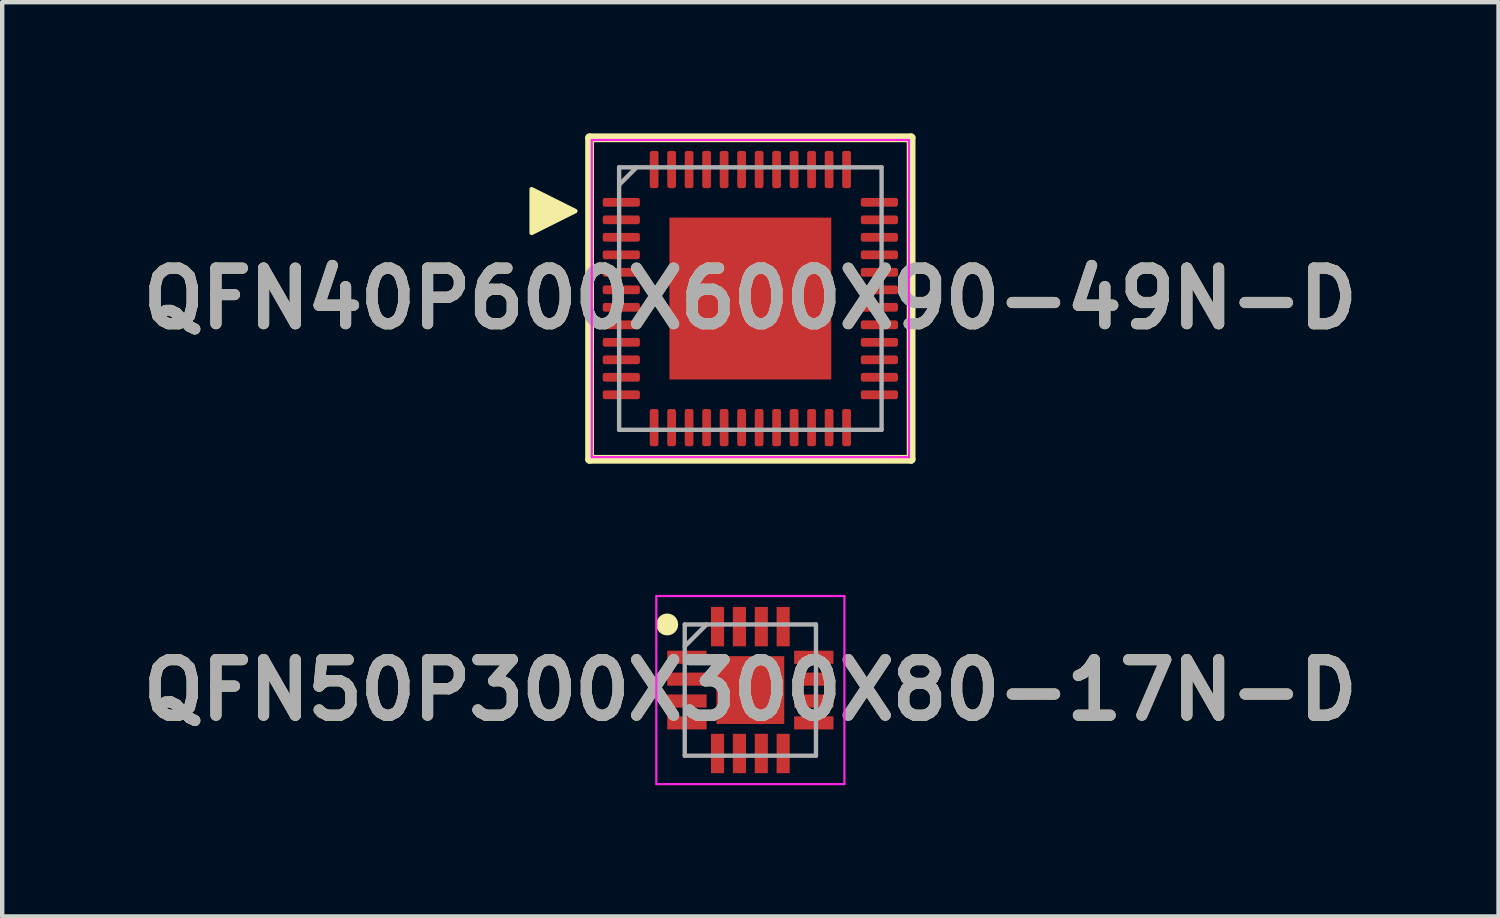
<source format=kicad_pcb>
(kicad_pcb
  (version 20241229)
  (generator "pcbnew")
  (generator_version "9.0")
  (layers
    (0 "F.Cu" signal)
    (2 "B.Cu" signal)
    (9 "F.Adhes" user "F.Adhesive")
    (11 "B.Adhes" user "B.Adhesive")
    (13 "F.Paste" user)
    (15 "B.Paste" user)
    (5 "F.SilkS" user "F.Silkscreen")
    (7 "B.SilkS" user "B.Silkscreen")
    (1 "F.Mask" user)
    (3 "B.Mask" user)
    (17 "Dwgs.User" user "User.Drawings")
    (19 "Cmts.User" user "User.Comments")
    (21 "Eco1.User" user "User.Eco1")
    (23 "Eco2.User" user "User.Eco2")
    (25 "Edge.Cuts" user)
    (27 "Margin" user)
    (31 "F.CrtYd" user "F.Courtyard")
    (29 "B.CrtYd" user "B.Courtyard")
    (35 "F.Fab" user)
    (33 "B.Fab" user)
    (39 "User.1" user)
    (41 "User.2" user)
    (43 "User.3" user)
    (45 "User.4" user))
  (footprint "QFN40P600X600X90-49N-D"
    (layer "F.Cu")
    (at 14.103 3.775)
    (property "Reference" "QFN40P600X600X90-49N-D" (at 0 0 0) (layer "F.SilkS") (effects (font (size 1.27 1.27) (thickness 0.254))))
    (attr smd)
    (fp_line (start -3.675 -3.675) (end -3.675 3.675) (stroke (width 0.2) (type solid)) (layer "F.SilkS"))
    (fp_line (start -3.675 -3.675) (end 3.675 -3.675) (stroke (width 0.2) (type solid)) (layer "F.SilkS"))
    (fp_line (start -3.675 3.675) (end 3.675 3.675) (stroke (width 0.2) (type solid)) (layer "F.SilkS"))
    (fp_line (start 3.675 -3.675) (end 3.675 3.675) (stroke (width 0.2) (type solid)) (layer "F.SilkS"))
    (fp_poly (pts (xy -4 -2) (xy -5 -1.5) (xy -5 -2.5)) (stroke (width 0.1) (type solid)) (fill yes) (layer "F.SilkS"))
    (fp_line (start -3.625 -3.625) (end 3.625 -3.625) (stroke (width 0.05) (type solid)) (layer "F.CrtYd"))
    (fp_line (start -3.625 3.625) (end -3.625 -3.625) (stroke (width 0.05) (type solid)) (layer "F.CrtYd"))
    (fp_line (start 3.625 -3.625) (end 3.625 3.625) (stroke (width 0.05) (type solid)) (layer "F.CrtYd"))
    (fp_line (start 3.625 3.625) (end -3.625 3.625) (stroke (width 0.05) (type solid)) (layer "F.CrtYd"))
    (fp_line (start -3 -3) (end 3 -3) (stroke (width 0.1) (type solid)) (layer "F.Fab"))
    (fp_line (start -3 -2.6) (end -2.6 -3) (stroke (width 0.1) (type solid)) (layer "F.Fab"))
    (fp_line (start -3 3) (end -3 -3) (stroke (width 0.1) (type solid)) (layer "F.Fab"))
    (fp_line (start 3 -3) (end 3 3) (stroke (width 0.1) (type solid)) (layer "F.Fab"))
    (fp_line (start 3 3) (end -3 3) (stroke (width 0.1) (type solid)) (layer "F.Fab"))
    (fp_text user "${REFERENCE}" (at 0 0 0) (layer "F.Fab") (effects (font (size 1.27 1.27) (thickness 0.254))))
    (pad "1" smd roundrect (at -2.95 -2.2 90) (size 0.2 0.85) (layers "F.Cu" "F.Mask" "F.Paste") (roundrect_rratio 0.25))
    (pad "2" smd roundrect (at -2.95 -1.8 90) (size 0.2 0.85) (layers "F.Cu" "F.Mask" "F.Paste") (roundrect_rratio 0.25))
    (pad "3" smd roundrect (at -2.95 -1.4 90) (size 0.2 0.85) (layers "F.Cu" "F.Mask" "F.Paste") (roundrect_rratio 0.25))
    (pad "4" smd roundrect (at -2.95 -1 90) (size 0.2 0.85) (layers "F.Cu" "F.Mask" "F.Paste") (roundrect_rratio 0.25))
    (pad "5" smd roundrect (at -2.95 -0.6 90) (size 0.2 0.85) (layers "F.Cu" "F.Mask" "F.Paste") (roundrect_rratio 0.25))
    (pad "6" smd roundrect (at -2.95 -0.2 90) (size 0.2 0.85) (layers "F.Cu" "F.Mask" "F.Paste") (roundrect_rratio 0.25))
    (pad "7" smd roundrect (at -2.95 0.2 90) (size 0.2 0.85) (layers "F.Cu" "F.Mask" "F.Paste") (roundrect_rratio 0.25))
    (pad "8" smd roundrect (at -2.95 0.6 90) (size 0.2 0.85) (layers "F.Cu" "F.Mask" "F.Paste") (roundrect_rratio 0.25))
    (pad "9" smd roundrect (at -2.95 1 90) (size 0.2 0.85) (layers "F.Cu" "F.Mask" "F.Paste") (roundrect_rratio 0.25))
    (pad "10" smd roundrect (at -2.95 1.4 90) (size 0.2 0.85) (layers "F.Cu" "F.Mask" "F.Paste") (roundrect_rratio 0.25))
    (pad "11" smd roundrect (at -2.95 1.8 90) (size 0.2 0.85) (layers "F.Cu" "F.Mask" "F.Paste") (roundrect_rratio 0.25))
    (pad "12" smd roundrect (at -2.95 2.2 90) (size 0.2 0.85) (layers "F.Cu" "F.Mask" "F.Paste") (roundrect_rratio 0.25))
    (pad "13" smd roundrect (at -2.2 2.95) (size 0.2 0.85) (layers "F.Cu" "F.Mask" "F.Paste") (roundrect_rratio 0.25))
    (pad "14" smd roundrect (at -1.8 2.95) (size 0.2 0.85) (layers "F.Cu" "F.Mask" "F.Paste") (roundrect_rratio 0.25))
    (pad "15" smd roundrect (at -1.4 2.95) (size 0.2 0.85) (layers "F.Cu" "F.Mask" "F.Paste") (roundrect_rratio 0.25))
    (pad "16" smd roundrect (at -1 2.95) (size 0.2 0.85) (layers "F.Cu" "F.Mask" "F.Paste") (roundrect_rratio 0.25))
    (pad "17" smd roundrect (at -0.6 2.95) (size 0.2 0.85) (layers "F.Cu" "F.Mask" "F.Paste") (roundrect_rratio 0.25))
    (pad "18" smd roundrect (at -0.2 2.95) (size 0.2 0.85) (layers "F.Cu" "F.Mask" "F.Paste") (roundrect_rratio 0.25))
    (pad "19" smd roundrect (at 0.2 2.95) (size 0.2 0.85) (layers "F.Cu" "F.Mask" "F.Paste") (roundrect_rratio 0.25))
    (pad "20" smd roundrect (at 0.6 2.95) (size 0.2 0.85) (layers "F.Cu" "F.Mask" "F.Paste") (roundrect_rratio 0.25))
    (pad "21" smd roundrect (at 1 2.95) (size 0.2 0.85) (layers "F.Cu" "F.Mask" "F.Paste") (roundrect_rratio 0.25))
    (pad "22" smd roundrect (at 1.4 2.95) (size 0.2 0.85) (layers "F.Cu" "F.Mask" "F.Paste") (roundrect_rratio 0.25))
    (pad "23" smd roundrect (at 1.8 2.95) (size 0.2 0.85) (layers "F.Cu" "F.Mask" "F.Paste") (roundrect_rratio 0.25))
    (pad "24" smd roundrect (at 2.2 2.95) (size 0.2 0.85) (layers "F.Cu" "F.Mask" "F.Paste") (roundrect_rratio 0.25))
    (pad "25" smd roundrect (at 2.95 2.2 90) (size 0.2 0.85) (layers "F.Cu" "F.Mask" "F.Paste") (roundrect_rratio 0.25))
    (pad "26" smd roundrect (at 2.95 1.8 90) (size 0.2 0.85) (layers "F.Cu" "F.Mask" "F.Paste") (roundrect_rratio 0.25))
    (pad "27" smd roundrect (at 2.95 1.4 90) (size 0.2 0.85) (layers "F.Cu" "F.Mask" "F.Paste") (roundrect_rratio 0.25))
    (pad "28" smd roundrect (at 2.95 1 90) (size 0.2 0.85) (layers "F.Cu" "F.Mask" "F.Paste") (roundrect_rratio 0.25))
    (pad "29" smd roundrect (at 2.95 0.6 90) (size 0.2 0.85) (layers "F.Cu" "F.Mask" "F.Paste") (roundrect_rratio 0.25))
    (pad "30" smd roundrect (at 2.95 0.2 90) (size 0.2 0.85) (layers "F.Cu" "F.Mask" "F.Paste") (roundrect_rratio 0.25))
    (pad "31" smd roundrect (at 2.95 -0.2 90) (size 0.2 0.85) (layers "F.Cu" "F.Mask" "F.Paste") (roundrect_rratio 0.25))
    (pad "32" smd roundrect (at 2.95 -0.6 90) (size 0.2 0.85) (layers "F.Cu" "F.Mask" "F.Paste") (roundrect_rratio 0.25))
    (pad "33" smd roundrect (at 2.95 -1 90) (size 0.2 0.85) (layers "F.Cu" "F.Mask" "F.Paste") (roundrect_rratio 0.25))
    (pad "34" smd roundrect (at 2.95 -1.4 90) (size 0.2 0.85) (layers "F.Cu" "F.Mask" "F.Paste") (roundrect_rratio 0.25))
    (pad "35" smd roundrect (at 2.95 -1.8 90) (size 0.2 0.85) (layers "F.Cu" "F.Mask" "F.Paste") (roundrect_rratio 0.25))
    (pad "36" smd roundrect (at 2.95 -2.2 90) (size 0.2 0.85) (layers "F.Cu" "F.Mask" "F.Paste") (roundrect_rratio 0.25))
    (pad "37" smd roundrect (at 2.2 -2.95) (size 0.2 0.85) (layers "F.Cu" "F.Mask" "F.Paste") (roundrect_rratio 0.25))
    (pad "38" smd roundrect (at 1.8 -2.95) (size 0.2 0.85) (layers "F.Cu" "F.Mask" "F.Paste") (roundrect_rratio 0.25))
    (pad "39" smd roundrect (at 1.4 -2.95) (size 0.2 0.85) (layers "F.Cu" "F.Mask" "F.Paste") (roundrect_rratio 0.25))
    (pad "40" smd roundrect (at 1 -2.95) (size 0.2 0.85) (layers "F.Cu" "F.Mask" "F.Paste") (roundrect_rratio 0.25))
    (pad "41" smd roundrect (at 0.6 -2.95) (size 0.2 0.85) (layers "F.Cu" "F.Mask" "F.Paste") (roundrect_rratio 0.25))
    (pad "42" smd roundrect (at 0.2 -2.95) (size 0.2 0.85) (layers "F.Cu" "F.Mask" "F.Paste") (roundrect_rratio 0.25))
    (pad "43" smd roundrect (at -0.2 -2.95) (size 0.2 0.85) (layers "F.Cu" "F.Mask" "F.Paste") (roundrect_rratio 0.25))
    (pad "44" smd roundrect (at -0.6 -2.95) (size 0.2 0.85) (layers "F.Cu" "F.Mask" "F.Paste") (roundrect_rratio 0.25))
    (pad "45" smd roundrect (at -1 -2.95) (size 0.2 0.85) (layers "F.Cu" "F.Mask" "F.Paste") (roundrect_rratio 0.25))
    (pad "46" smd roundrect (at -1.4 -2.95) (size 0.2 0.85) (layers "F.Cu" "F.Mask" "F.Paste") (roundrect_rratio 0.25))
    (pad "47" smd roundrect (at -1.8 -2.95) (size 0.2 0.85) (layers "F.Cu" "F.Mask" "F.Paste") (roundrect_rratio 0.25))
    (pad "48" smd roundrect (at -2.2 -2.95) (size 0.2 0.85) (layers "F.Cu" "F.Mask" "F.Paste") (roundrect_rratio 0.25))
    (pad "49" smd rect (at 0 0) (size 3.7 3.7) (layers "F.Cu" "F.Mask" "F.Paste")))
  (footprint "QFN50P300X300X80-17N-D"
    (layer "F.Cu")
    (at 14.103 12.725)
    (property "Reference" "QFN50P300X300X80-17N-D" (at 0 0 0) (layer "F.SilkS") (effects (font (size 1.27 1.27) (thickness 0.254))))
    (attr smd)
    (fp_circle (center -1.9 -1.5) (end -1.9 -1.375) (stroke (width 0.25) (type solid)) (fill no) (layer "F.SilkS"))
    (fp_line (start -2.15 -2.15) (end 2.15 -2.15) (stroke (width 0.05) (type solid)) (layer "F.CrtYd"))
    (fp_line (start -2.15 2.15) (end -2.15 -2.15) (stroke (width 0.05) (type solid)) (layer "F.CrtYd"))
    (fp_line (start 2.15 -2.15) (end 2.15 2.15) (stroke (width 0.05) (type solid)) (layer "F.CrtYd"))
    (fp_line (start 2.15 2.15) (end -2.15 2.15) (stroke (width 0.05) (type solid)) (layer "F.CrtYd"))
    (fp_line (start -1.5 -1.5) (end 1.5 -1.5) (stroke (width 0.1) (type solid)) (layer "F.Fab"))
    (fp_line (start -1.5 -1) (end -1 -1.5) (stroke (width 0.1) (type solid)) (layer "F.Fab"))
    (fp_line (start -1.5 1.5) (end -1.5 -1.5) (stroke (width 0.1) (type solid)) (layer "F.Fab"))
    (fp_line (start 1.5 -1.5) (end 1.5 1.5) (stroke (width 0.1) (type solid)) (layer "F.Fab"))
    (fp_line (start 1.5 1.5) (end -1.5 1.5) (stroke (width 0.1) (type solid)) (layer "F.Fab"))
    (fp_text user "${REFERENCE}" (at 0 0 0) (layer "F.Fab") (effects (font (size 1.27 1.27) (thickness 0.254))))
    (pad "1" smd rect (at -1.45 -0.75 90) (size 0.3 0.9) (layers "F.Cu" "F.Mask" "F.Paste"))
    (pad "2" smd rect (at -1.45 -0.25 90) (size 0.3 0.9) (layers "F.Cu" "F.Mask" "F.Paste"))
    (pad "3" smd rect (at -1.45 0.25 90) (size 0.3 0.9) (layers "F.Cu" "F.Mask" "F.Paste"))
    (pad "4" smd rect (at -1.45 0.75 90) (size 0.3 0.9) (layers "F.Cu" "F.Mask" "F.Paste"))
    (pad "5" smd rect (at -0.75 1.45) (size 0.3 0.9) (layers "F.Cu" "F.Mask" "F.Paste"))
    (pad "6" smd rect (at -0.25 1.45) (size 0.3 0.9) (layers "F.Cu" "F.Mask" "F.Paste"))
    (pad "7" smd rect (at 0.25 1.45) (size 0.3 0.9) (layers "F.Cu" "F.Mask" "F.Paste"))
    (pad "8" smd rect (at 0.75 1.45) (size 0.3 0.9) (layers "F.Cu" "F.Mask" "F.Paste"))
    (pad "9" smd rect (at 1.45 0.75 90) (size 0.3 0.9) (layers "F.Cu" "F.Mask" "F.Paste"))
    (pad "10" smd rect (at 1.45 0.25 90) (size 0.3 0.9) (layers "F.Cu" "F.Mask" "F.Paste"))
    (pad "11" smd rect (at 1.45 -0.25 90) (size 0.3 0.9) (layers "F.Cu" "F.Mask" "F.Paste"))
    (pad "12" smd rect (at 1.45 -0.75 90) (size 0.3 0.9) (layers "F.Cu" "F.Mask" "F.Paste"))
    (pad "13" smd rect (at 0.75 -1.45) (size 0.3 0.9) (layers "F.Cu" "F.Mask" "F.Paste"))
    (pad "14" smd rect (at 0.25 -1.45) (size 0.3 0.9) (layers "F.Cu" "F.Mask" "F.Paste"))
    (pad "15" smd rect (at -0.25 -1.45) (size 0.3 0.9) (layers "F.Cu" "F.Mask" "F.Paste"))
    (pad "16" smd rect (at -0.75 -1.45) (size 0.3 0.9) (layers "F.Cu" "F.Mask" "F.Paste"))
    (pad "17" smd rect (at 0 0) (size 1.55 1.55) (layers "F.Cu" "F.Mask" "F.Paste")))
  (gr_rect
    (start -3 -3)
    (end 31.206 17.9)
    (stroke (width 0.1) (type default))
    (fill no)
    (layer "Edge.Cuts")))
</source>
